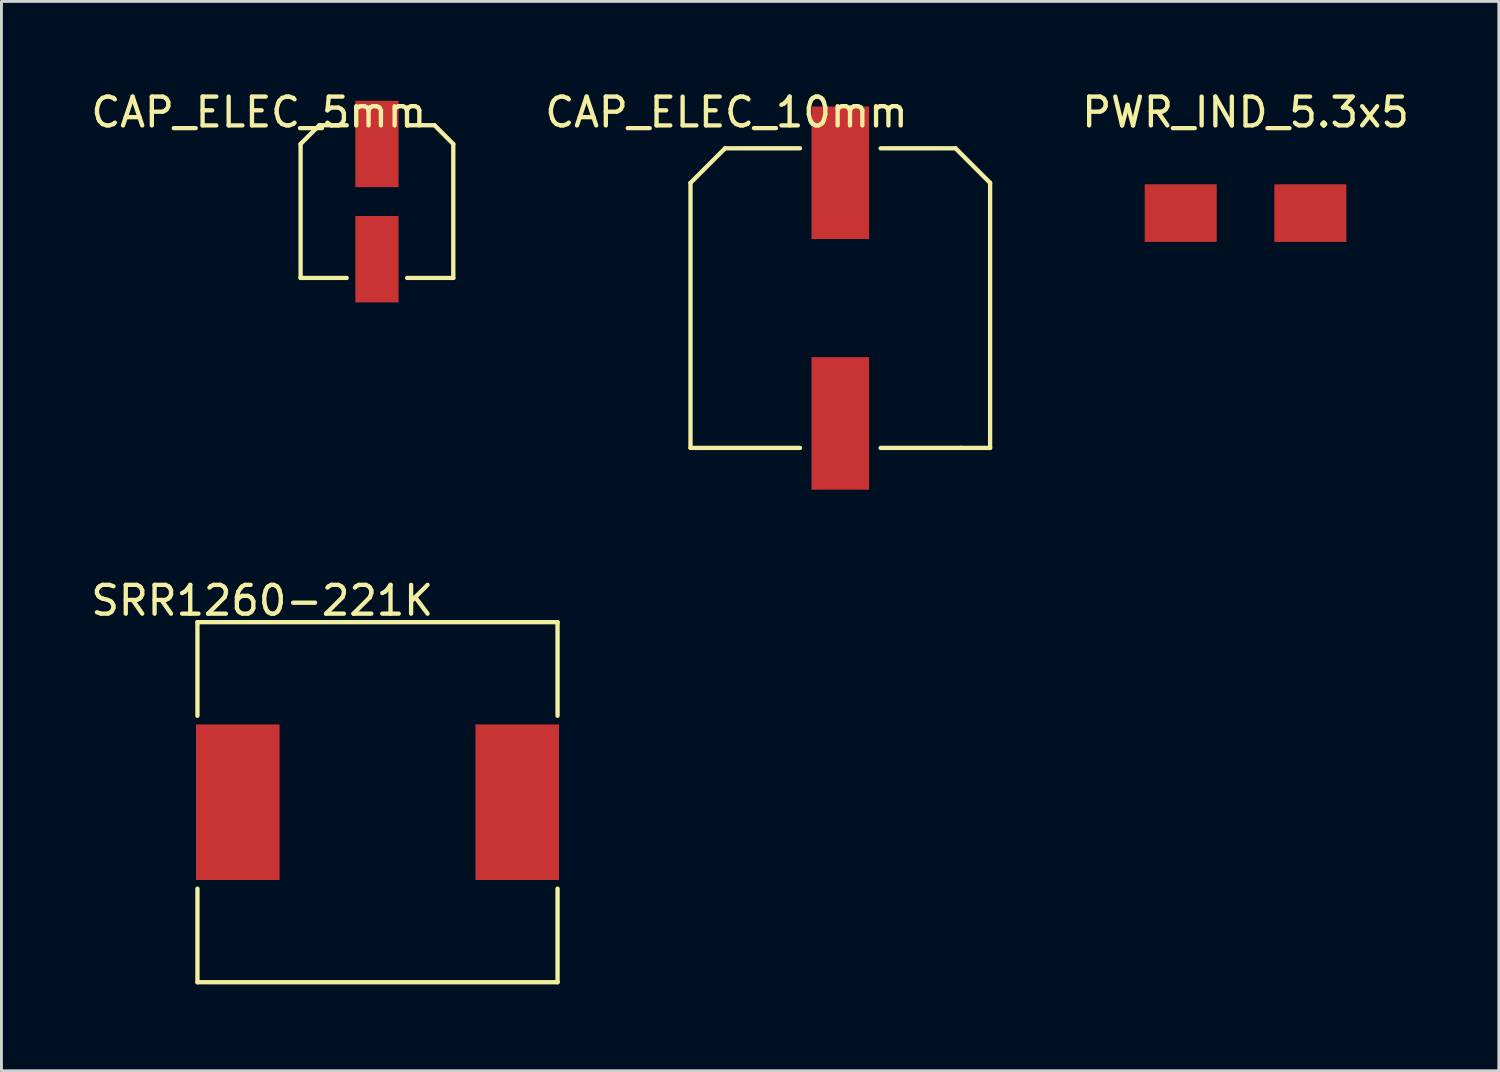
<source format=kicad_pcb>
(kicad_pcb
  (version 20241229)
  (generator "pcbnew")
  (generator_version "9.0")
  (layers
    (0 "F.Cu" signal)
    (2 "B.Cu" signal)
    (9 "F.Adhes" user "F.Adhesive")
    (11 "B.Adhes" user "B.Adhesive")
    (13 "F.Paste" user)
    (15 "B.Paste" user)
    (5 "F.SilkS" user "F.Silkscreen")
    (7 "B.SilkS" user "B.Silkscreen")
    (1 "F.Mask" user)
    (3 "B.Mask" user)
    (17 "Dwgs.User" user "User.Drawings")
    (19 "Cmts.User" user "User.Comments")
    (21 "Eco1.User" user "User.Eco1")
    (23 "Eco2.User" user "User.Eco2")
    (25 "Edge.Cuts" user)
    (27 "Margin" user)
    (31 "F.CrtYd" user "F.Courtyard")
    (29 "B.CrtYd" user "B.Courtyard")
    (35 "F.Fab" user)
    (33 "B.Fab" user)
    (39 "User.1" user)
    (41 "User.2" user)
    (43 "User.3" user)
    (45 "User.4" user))
  (footprint "SRR1260-221K"
    (layer "F.Cu")
    (at 10.054 24.797)
    (property "Reference" "SRR1260-221K" (at -4 -7 0) (layer "F.SilkS") (effects (font (size 1 1) (thickness 0.15))))
    (attr through_hole)
    (fp_line (start -6.25 -6.25) (end -6.25 -3) (stroke (width 0.15) (type solid)) (layer "F.SilkS"))
    (fp_line (start -6.25 3) (end -6.25 6.25) (stroke (width 0.15) (type solid)) (layer "F.SilkS"))
    (fp_line (start -6.25 6.25) (end 6.25 6.25) (stroke (width 0.15) (type solid)) (layer "F.SilkS"))
    (fp_line (start 6.25 -6.25) (end -6.25 -6.25) (stroke (width 0.15) (type solid)) (layer "F.SilkS"))
    (fp_line (start 6.25 -6.25) (end 6.25 -3) (stroke (width 0.15) (type solid)) (layer "F.SilkS"))
    (fp_line (start 6.25 6.25) (end 6.25 3) (stroke (width 0.15) (type solid)) (layer "F.SilkS"))
    (pad "1" smd rect (at -4.85 0) (size 2.9 5.4) (layers "F.Cu" "F.Mask" "F.Paste"))
    (pad "2" smd rect (at 4.85 0) (size 2.9 5.4) (layers "F.Cu" "F.Mask" "F.Paste")))
  (footprint "CAP_ELEC_5mm"
    (layer "F.Cu")
    (at 10.035 3.948)
    (property "Reference" "CAP_ELEC_5mm" (at -4.1 -3.1 0) (layer "F.SilkS") (effects (font (size 1 1) (thickness 0.15))))
    (attr through_hole)
    (fp_line (start -2.65 -2) (end -2 -2.65) (stroke (width 0.15) (type solid)) (layer "F.SilkS"))
    (fp_line (start -2.65 2.65) (end -2.65 -2) (stroke (width 0.15) (type solid)) (layer "F.SilkS"))
    (fp_line (start -2.65 2.65) (end -1.05 2.65) (stroke (width 0.15) (type solid)) (layer "F.SilkS"))
    (fp_line (start -2 -2.65) (end -1.05 -2.65) (stroke (width 0.15) (type solid)) (layer "F.SilkS"))
    (fp_line (start 1.05 -2.65) (end 1.1 -2.65) (stroke (width 0.15) (type solid)) (layer "F.SilkS"))
    (fp_line (start 2 -2.65) (end 1.05 -2.65) (stroke (width 0.15) (type solid)) (layer "F.SilkS"))
    (fp_line (start 2.65 -2) (end 2 -2.65) (stroke (width 0.15) (type solid)) (layer "F.SilkS"))
    (fp_line (start 2.65 2.65) (end 1.05 2.65) (stroke (width 0.15) (type solid)) (layer "F.SilkS"))
    (fp_line (start 2.65 2.65) (end 2.65 -2) (stroke (width 0.15) (type solid)) (layer "F.SilkS"))
    (pad "1" smd rect (at 0 -2) (size 1.5 3) (layers "F.Cu" "F.Mask" "F.Paste"))
    (pad "2" smd rect (at 0 2) (size 1.5 3) (layers "F.Cu" "F.Mask" "F.Paste")))
  (footprint "CAP_ELEC_10mm"
    (layer "F.Cu")
    (at 26.12 7.298)
    (property "Reference" "CAP_ELEC_10mm" (at -3.95 -6.45 0) (layer "F.SilkS") (effects (font (size 1 1) (thickness 0.15))))
    (attr through_hole)
    (fp_line (start -5.2 -4) (end -4 -5.2) (stroke (width 0.15) (type solid)) (layer "F.SilkS"))
    (fp_line (start -5.2 5.2) (end -5.2 -4) (stroke (width 0.15) (type solid)) (layer "F.SilkS"))
    (fp_line (start -5.2 5.2) (end -1.4 5.2) (stroke (width 0.15) (type solid)) (layer "F.SilkS"))
    (fp_line (start -4 -5.2) (end -1.4 -5.2) (stroke (width 0.15) (type solid)) (layer "F.SilkS"))
    (fp_line (start 1.4 5.2) (end 4.2 5.2) (stroke (width 0.15) (type solid)) (layer "F.SilkS"))
    (fp_line (start 4 -5.2) (end 1.4 -5.2) (stroke (width 0.15) (type solid)) (layer "F.SilkS"))
    (fp_line (start 4.2 5.2) (end 5.2 5.2) (stroke (width 0.15) (type solid)) (layer "F.SilkS"))
    (fp_line (start 5.2 -4) (end 4 -5.2) (stroke (width 0.15) (type solid)) (layer "F.SilkS"))
    (fp_line (start 5.2 5.2) (end 5.2 -4) (stroke (width 0.15) (type solid)) (layer "F.SilkS"))
    (pad "1" smd rect (at 0 -4.35) (size 2 4.6) (layers "F.Cu" "F.Mask" "F.Paste"))
    (pad "2" smd rect (at 0 4.35) (size 2 4.6) (layers "F.Cu" "F.Mask" "F.Paste")))
  (footprint "PWR_IND_5.3x5"
    (layer "F.Cu")
    (at 40.187 4.348)
    (property "Reference" "PWR_IND_5.3x5" (at 0 -3.5 0) (layer "F.SilkS") (effects (font (size 1 1) (thickness 0.15))))
    (attr through_hole)
    (fp_line (start -2.7 -2.5) (end -2.7 -1.5) (stroke (width 0.203) (type solid)) (layer "B.Paste"))
    (fp_line (start -2.7 -2.5) (end 2.7 -2.5) (stroke (width 0.203) (type solid)) (layer "B.Paste"))
    (fp_line (start -2.7 1.5) (end -2.7 2.5) (stroke (width 0.203) (type solid)) (layer "B.Paste"))
    (fp_line (start -2.7 2.5) (end 2.7 2.5) (stroke (width 0.203) (type solid)) (layer "B.Paste"))
    (fp_line (start 2.7 -2.5) (end 2.7 -1.5) (stroke (width 0.203) (type solid)) (layer "B.Paste"))
    (fp_line (start 2.7 1.5) (end 2.7 2.5) (stroke (width 0.203) (type solid)) (layer "B.Paste"))
    (pad "1" smd rect (at -2.25 0) (size 2.5 2) (layers "F.Cu" "F.Mask" "F.Paste"))
    (pad "2" smd rect (at 2.25 0) (size 2.5 2) (layers "F.Cu" "F.Mask" "F.Paste")))
  (gr_rect
    (start -3 -3)
    (end 48.979 34.121)
    (stroke (width 0.1) (type default))
    (fill no)
    (layer "Edge.Cuts")))
</source>
